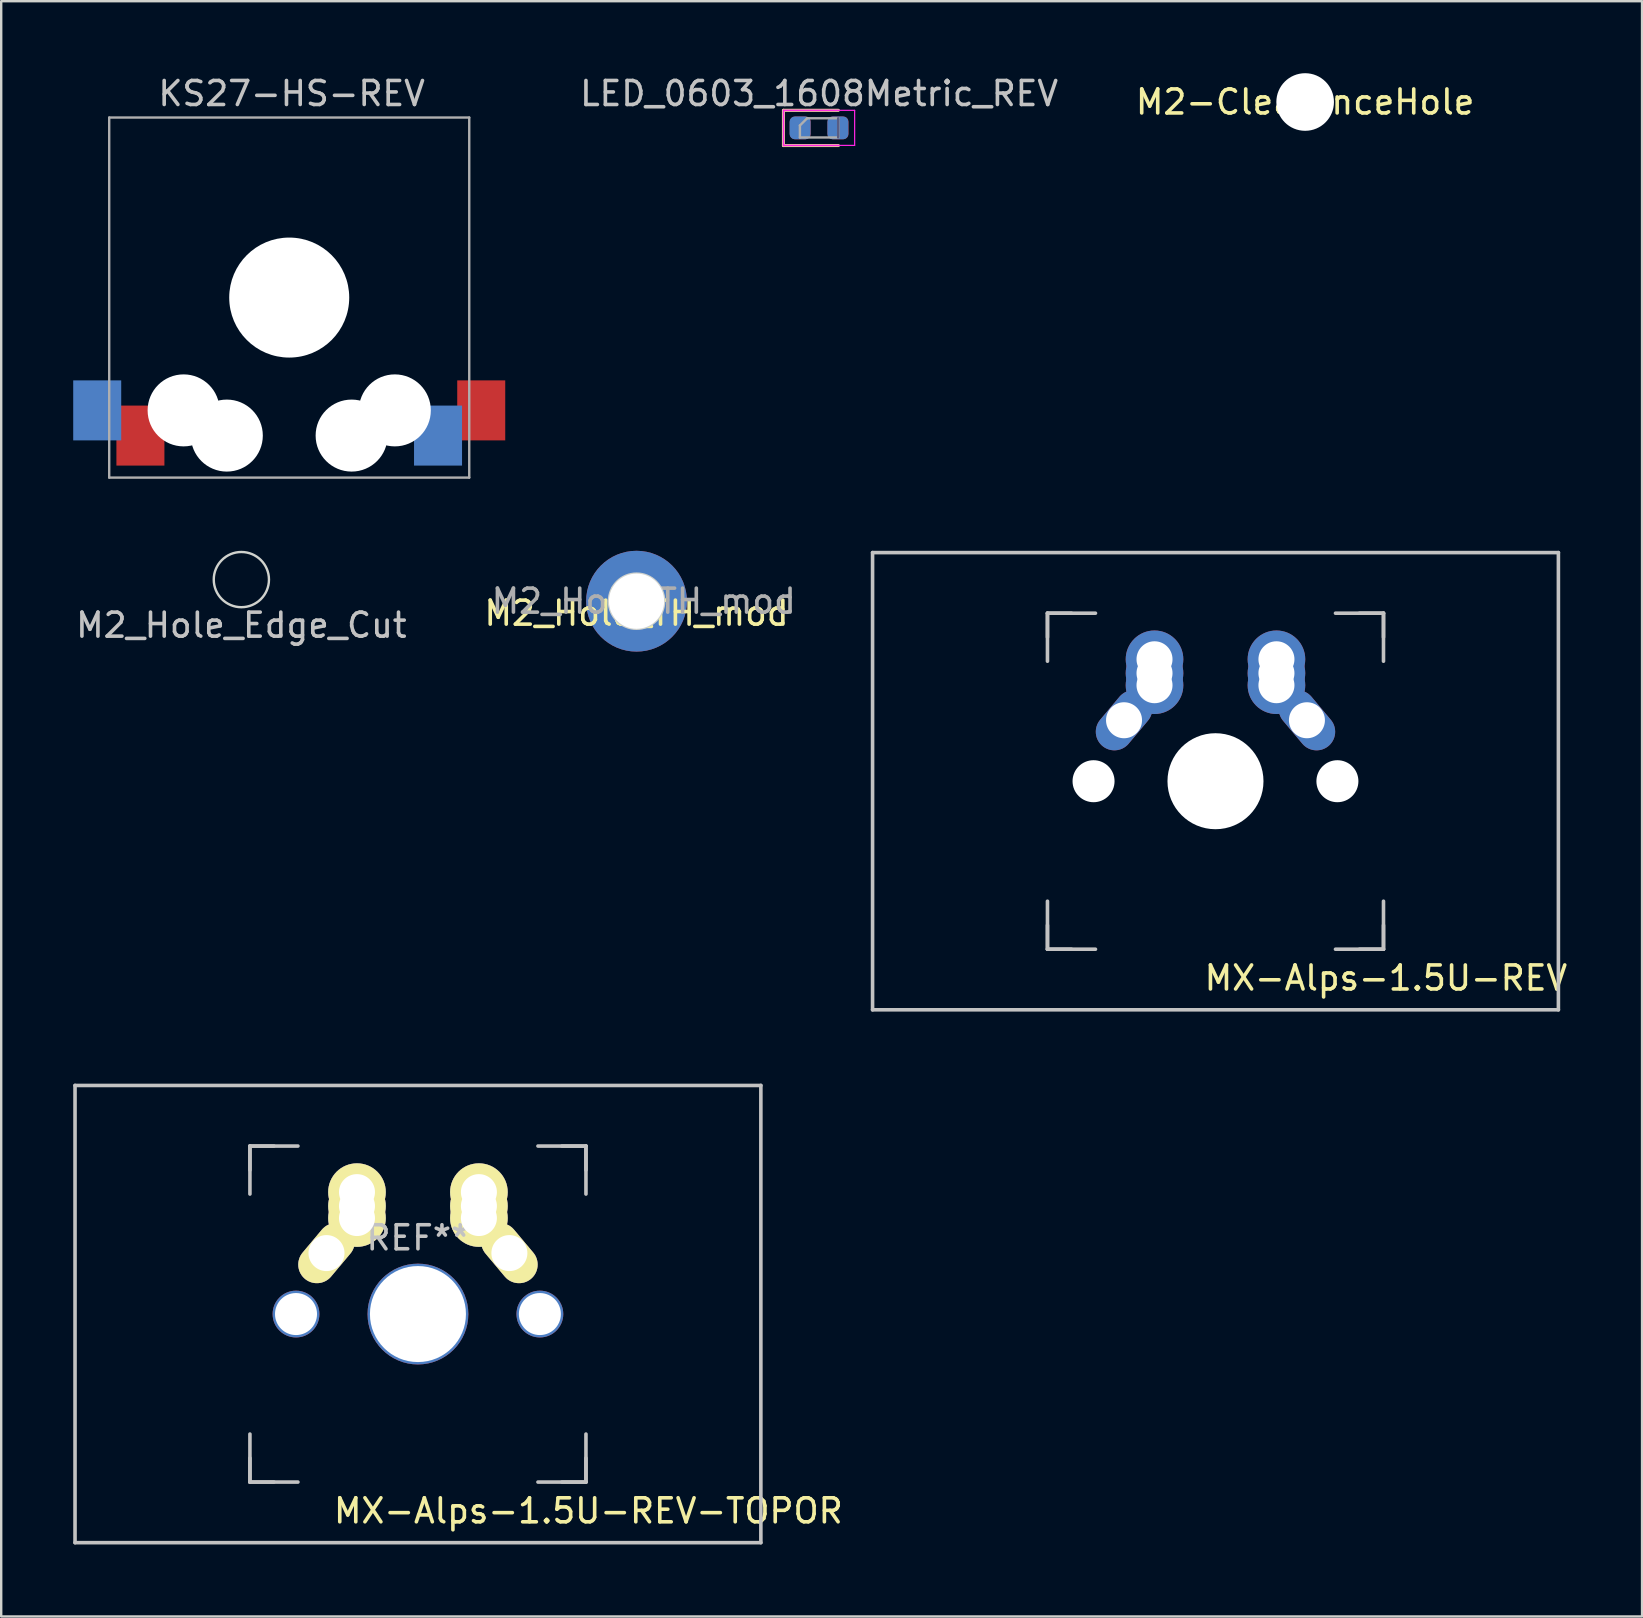
<source format=kicad_pcb>
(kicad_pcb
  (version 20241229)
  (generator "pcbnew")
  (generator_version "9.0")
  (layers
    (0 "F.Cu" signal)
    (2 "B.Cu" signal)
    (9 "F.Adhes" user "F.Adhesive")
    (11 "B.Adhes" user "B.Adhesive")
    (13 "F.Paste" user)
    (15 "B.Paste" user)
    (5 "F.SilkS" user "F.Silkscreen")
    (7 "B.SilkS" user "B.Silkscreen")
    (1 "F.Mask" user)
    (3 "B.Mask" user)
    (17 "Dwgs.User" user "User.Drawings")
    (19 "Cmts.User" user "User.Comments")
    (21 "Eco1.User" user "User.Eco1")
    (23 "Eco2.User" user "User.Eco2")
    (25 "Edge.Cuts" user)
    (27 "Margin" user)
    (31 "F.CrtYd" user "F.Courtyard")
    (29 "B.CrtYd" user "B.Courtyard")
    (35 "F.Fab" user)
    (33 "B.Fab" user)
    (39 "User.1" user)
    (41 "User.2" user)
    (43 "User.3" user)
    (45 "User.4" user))
  (footprint "MX-Alps-1.5U-REV"
    (layer "F.Cu")
    (at 47.591 29.498)
    (property "Reference" "MX-Alps-1.5U-REV" (at 7.1 8.2 0) (layer "F.SilkS") (effects (font (size 1 1) (thickness 0.15))))
    (attr through_hole)
    (fp_line (start -14.287 -9.525) (end 14.287 -9.525) (stroke (width 0.15) (type solid)) (layer "Dwgs.User"))
    (fp_line (start -14.287 9.525) (end -14.287 -9.525) (stroke (width 0.15) (type solid)) (layer "Dwgs.User"))
    (fp_line (start -7 -7) (end -7 -5) (stroke (width 0.15) (type solid)) (layer "Dwgs.User"))
    (fp_line (start -7 -7) (end -6 -7) (stroke (width 0.15) (type solid)) (layer "Dwgs.User"))
    (fp_line (start -7 -6) (end -7 -7) (stroke (width 0.15) (type solid)) (layer "Dwgs.User"))
    (fp_line (start -7 6) (end -7 7) (stroke (width 0.15) (type solid)) (layer "Dwgs.User"))
    (fp_line (start -7 7) (end -7 5) (stroke (width 0.15) (type solid)) (layer "Dwgs.User"))
    (fp_line (start -7 7) (end -6 7) (stroke (width 0.15) (type solid)) (layer "Dwgs.User"))
    (fp_line (start -5 -7) (end -7 -7) (stroke (width 0.15) (type solid)) (layer "Dwgs.User"))
    (fp_line (start -5 7) (end -7 7) (stroke (width 0.15) (type solid)) (layer "Dwgs.User"))
    (fp_line (start 5 7) (end 7 7) (stroke (width 0.15) (type solid)) (layer "Dwgs.User"))
    (fp_line (start 6 7) (end 7 7) (stroke (width 0.15) (type solid)) (layer "Dwgs.User"))
    (fp_line (start 7 -7) (end 5 -7) (stroke (width 0.15) (type solid)) (layer "Dwgs.User"))
    (fp_line (start 7 -7) (end 6 -7) (stroke (width 0.15) (type solid)) (layer "Dwgs.User"))
    (fp_line (start 7 -7) (end 7 -6) (stroke (width 0.15) (type solid)) (layer "Dwgs.User"))
    (fp_line (start 7 -5) (end 7 -7) (stroke (width 0.15) (type solid)) (layer "Dwgs.User"))
    (fp_line (start 7 7) (end 7 5) (stroke (width 0.15) (type solid)) (layer "Dwgs.User"))
    (fp_line (start 7 7) (end 7 6) (stroke (width 0.15) (type solid)) (layer "Dwgs.User"))
    (fp_line (start 14.287 -9.525) (end 14.287 9.525) (stroke (width 0.15) (type solid)) (layer "Dwgs.User"))
    (fp_line (start 14.287 9.525) (end -14.287 9.525) (stroke (width 0.15) (type solid)) (layer "Dwgs.User"))
    (pad "" np_thru_hole circle (at -5.08 0 48.1) (size 1.75 1.75) (drill 1.75) (layers "*.Cu" "*.Mask"))
    (pad "" np_thru_hole circle (at 0 0 270) (size 4 4) (drill 4) (layers "*.Cu" "*.Mask"))
    (pad "" np_thru_hole circle (at 5.08 0 180) (size 1.75 1.75) (drill 1.75) (layers "*.Cu" "*.Mask"))
    (pad "1" thru_hole oval (at -3.81 -2.54 50) (size 2.8 1.55) (drill 1.5) (layers "*.Cu" "*.Mask"))
    (pad "1" thru_hole circle (at -2.54 -5.08) (size 2.4 2.4) (drill 1.5) (layers "*.Cu" "*.Mask"))
    (pad "1" thru_hole circle (at -2.54 -4.5) (size 2.4 2.4) (drill 1.5) (layers "*.Cu" "*.Mask"))
    (pad "1" thru_hole circle (at -2.54 -4) (size 2.4 2.4) (drill 1.5) (layers "*.Cu" "*.Mask"))
    (pad "2" thru_hole circle (at 2.54 -5.08) (size 2.4 2.4) (drill 1.5) (layers "*.Cu" "*.Mask"))
    (pad "2" thru_hole circle (at 2.54 -4.5) (size 2.4 2.4) (drill 1.5) (layers "*.Cu" "*.Mask"))
    (pad "2" thru_hole circle (at 2.54 -4) (size 2.4 2.4) (drill 1.5) (layers "*.Cu" "*.Mask"))
    (pad "2" thru_hole oval (at 3.81 -2.54 310) (size 2.8 1.55) (drill 1.5) (layers "*.Cu" "*.Mask")))
  (footprint "M2-ClearanceHole"
    (layer "F.Cu")
    (at 51.327 1.2)
    (property "Reference" "M2-ClearanceHole" (at 0 0 0) (unlocked yes) (layer "F.SilkS") (effects (font (size 1 1) (thickness 0.15))))
    (pad "" np_thru_hole circle (at 0 0) (size 2.4 2.4) (drill 2.4) (layers "*.Cu" "*.Mask")))
  (footprint "M2_Hole_Edge_Cut"
    (layer "F.Cu")
    (at 7.006 21.098)
    (property "Reference" "M2_Hole_Edge_Cut" (at 0 1.9 0) (layer "Dwgs.User") (effects (font (size 1 1) (thickness 0.15))))
    (fp_circle (center 0 0) (end 1.15 0) (stroke (width 0.1) (type solid)) (fill no) (layer "Edge.Cuts")))
  (footprint "KS27-HS-REV"
    (layer "F.Cu")
    (at 9 9.348)
    (property "Reference" "KS27-HS-REV" (at 0.1 -8.5 0) (unlocked yes) (layer "Dwgs.User") (effects (font (size 1 1) (thickness 0.15))))
    (attr through_hole)
    (fp_line (start -7 -7) (end -7 7) (stroke (width 0.12) (type solid)) (layer "Eco2.User"))
    (fp_line (start -7 7) (end 7 7) (stroke (width 0.12) (type solid)) (layer "Eco2.User"))
    (fp_line (start -3.2 -6.3) (end -3.2 -3.1) (stroke (width 0.12) (type solid)) (layer "Eco2.User"))
    (fp_line (start 1.8 -6.3) (end -3.2 -6.3) (stroke (width 0.12) (type solid)) (layer "Eco2.User"))
    (fp_line (start 1.8 -6.3) (end 1.8 -3.1) (stroke (width 0.12) (type solid)) (layer "Eco2.User"))
    (fp_line (start 1.8 -3.1) (end -3.2 -3.1) (stroke (width 0.12) (type solid)) (layer "Eco2.User"))
    (fp_line (start 7 -7) (end -7 -7) (stroke (width 0.12) (type solid)) (layer "Eco2.User"))
    (fp_line (start 7 7) (end 7 -7) (stroke (width 0.12) (type solid)) (layer "Eco2.User"))
    (fp_line (start -7.5 -7.5) (end -7.5 7.5) (stroke (width 0.1) (type solid)) (layer "F.Fab"))
    (fp_line (start -7.5 7.5) (end 7.5 7.5) (stroke (width 0.1) (type solid)) (layer "F.Fab"))
    (fp_line (start 7.5 -7.5) (end -7.5 -7.5) (stroke (width 0.1) (type solid)) (layer "F.Fab"))
    (fp_line (start 7.5 7.5) (end 7.5 -7.5) (stroke (width 0.1) (type solid)) (layer "F.Fab"))
    (pad "" np_thru_hole circle (at -4.4 4.7) (size 3 3) (drill 3) (layers "*.Cu" "*.Mask"))
    (pad "" np_thru_hole circle (at -2.6 5.75) (size 3 3) (drill 3) (layers "*.Cu" "*.Mask"))
    (pad "" np_thru_hole circle (at 0 0) (size 5 5) (drill 5) (layers "*.Cu" "*.Mask"))
    (pad "" np_thru_hole circle (at 2.6 5.75) (size 3 3) (drill 3) (layers "*.Cu" "*.Mask"))
    (pad "" np_thru_hole circle (at 4.4 4.7) (size 3 3) (drill 3) (layers "*.Cu" "*.Mask"))
    (pad "1" smd rect (at -8 4.7) (size 2 2.5) (layers "B.Cu" "B.Mask" "B.Paste"))
    (pad "1" smd rect (at -6.2 5.75) (size 2 2.5) (layers "F.Cu" "F.Mask" "F.Paste"))
    (pad "2" smd rect (at 6.2 5.75) (size 2 2.5) (layers "B.Cu" "B.Mask" "B.Paste"))
    (pad "2" smd rect (at 8 4.7) (size 2 2.5) (layers "F.Cu" "F.Mask" "F.Paste")))
  (footprint "MX-Alps-1.5U-REV-TOPOR"
    (layer "F.Cu")
    (at 14.363 51.698)
    (property "Reference" "MX-Alps-1.5U-REV-TOPOR" (at 7.1 8.2 180) (layer "F.SilkS") (effects (font (size 1 1) (thickness 0.15))))
    (attr through_hole)
    (fp_line (start -14.287 -9.525) (end 14.287 -9.525) (stroke (width 0.15) (type solid)) (layer "Dwgs.User"))
    (fp_line (start -14.287 9.525) (end -14.287 -9.525) (stroke (width 0.15) (type solid)) (layer "Dwgs.User"))
    (fp_line (start -7 -7) (end -7 -5) (stroke (width 0.15) (type solid)) (layer "Dwgs.User"))
    (fp_line (start -7 -7) (end -6 -7) (stroke (width 0.15) (type solid)) (layer "Dwgs.User"))
    (fp_line (start -7 -6) (end -7 -7) (stroke (width 0.15) (type solid)) (layer "Dwgs.User"))
    (fp_line (start -7 6) (end -7 7) (stroke (width 0.15) (type solid)) (layer "Dwgs.User"))
    (fp_line (start -7 7) (end -7 5) (stroke (width 0.15) (type solid)) (layer "Dwgs.User"))
    (fp_line (start -7 7) (end -6 7) (stroke (width 0.15) (type solid)) (layer "Dwgs.User"))
    (fp_line (start -5 -7) (end -7 -7) (stroke (width 0.15) (type solid)) (layer "Dwgs.User"))
    (fp_line (start -5 7) (end -7 7) (stroke (width 0.15) (type solid)) (layer "Dwgs.User"))
    (fp_line (start 5 7) (end 7 7) (stroke (width 0.15) (type solid)) (layer "Dwgs.User"))
    (fp_line (start 6 7) (end 7 7) (stroke (width 0.15) (type solid)) (layer "Dwgs.User"))
    (fp_line (start 7 -7) (end 5 -7) (stroke (width 0.15) (type solid)) (layer "Dwgs.User"))
    (fp_line (start 7 -7) (end 6 -7) (stroke (width 0.15) (type solid)) (layer "Dwgs.User"))
    (fp_line (start 7 -7) (end 7 -6) (stroke (width 0.15) (type solid)) (layer "Dwgs.User"))
    (fp_line (start 7 -5) (end 7 -7) (stroke (width 0.15) (type solid)) (layer "Dwgs.User"))
    (fp_line (start 7 7) (end 7 5) (stroke (width 0.15) (type solid)) (layer "Dwgs.User"))
    (fp_line (start 7 7) (end 7 6) (stroke (width 0.15) (type solid)) (layer "Dwgs.User"))
    (fp_line (start 14.287 -9.525) (end 14.287 9.525) (stroke (width 0.15) (type solid)) (layer "Dwgs.User"))
    (fp_line (start 14.287 9.525) (end -14.287 9.525) (stroke (width 0.15) (type solid)) (layer "Dwgs.User"))
    (fp_text user "REF**" (at 0 -3.175 180) (layer "Dwgs.User") (effects (font (size 1 1) (thickness 0.15))))
    (pad "" np_thru_hole circle (at -5.08 0 48.1) (size 1.95 1.95) (drill 1.75) (layers "*.Cu" "*.Mask"))
    (pad "" np_thru_hole circle (at 0 0 270) (size 4.2 4.2) (drill 4) (layers "*.Cu" "*.Mask"))
    (pad "" np_thru_hole circle (at 5.08 0 180) (size 1.95 1.95) (drill 1.75) (layers "*.Cu" "*.Mask"))
    (pad "1" thru_hole circle (at 2.54 -5.08) (size 2.4 2.4) (drill 1.5) (layers "*.Cu" "*.Mask" "F.SilkS"))
    (pad "1" thru_hole circle (at 2.54 -4.5) (size 2.4 2.4) (drill 1.5) (layers "*.Cu" "*.Mask" "F.SilkS"))
    (pad "1" thru_hole circle (at 2.54 -4) (size 2.4 2.4) (drill 1.5) (layers "*.Cu" "*.Mask" "F.SilkS"))
    (pad "1" thru_hole oval (at 3.81 -2.54 310) (size 2.8 1.55) (drill 1.5) (layers "*.Cu" "*.Mask" "F.SilkS"))
    (pad "2" thru_hole oval (at -3.81 -2.54 50) (size 2.8 1.55) (drill 1.5) (layers "*.Cu" "*.Mask" "F.SilkS"))
    (pad "2" thru_hole circle (at -2.54 -5.08) (size 2.4 2.4) (drill 1.5) (layers "*.Cu" "*.Mask" "F.SilkS"))
    (pad "2" thru_hole circle (at -2.54 -4.5) (size 2.4 2.4) (drill 1.5) (layers "*.Cu" "*.Mask" "F.SilkS"))
    (pad "2" thru_hole circle (at -2.54 -4) (size 2.4 2.4) (drill 1.5) (layers "*.Cu" "*.Mask" "F.SilkS")))
  (footprint "LED_0603_1608Metric_REV"
    (layer "F.Cu")
    (at 31.077 2.278)
    (property "Reference" "LED_0603_1608Metric_REV" (at 0 -1.43 0) (layer "Dwgs.User") (effects (font (size 1 1) (thickness 0.15))))
    (attr smd)
    (fp_line (start -1.485 -0.735) (end -1.485 0.735) (stroke (width 0.12) (type solid)) (layer "F.SilkS"))
    (fp_line (start -1.485 0.735) (end 0.8 0.735) (stroke (width 0.12) (type solid)) (layer "F.SilkS"))
    (fp_line (start 0.8 -0.735) (end -1.485 -0.735) (stroke (width 0.12) (type solid)) (layer "F.SilkS"))
    (fp_line (start -1.49 -0.73) (end 0.795 -0.73) (stroke (width 0.12) (type solid)) (layer "B.SilkS"))
    (fp_line (start -1.49 0.74) (end -1.49 -0.73) (stroke (width 0.12) (type solid)) (layer "B.SilkS"))
    (fp_line (start 0.795 0.74) (end -1.49 0.74) (stroke (width 0.12) (type solid)) (layer "B.SilkS"))
    (fp_line (start -1.48 -0.73) (end 1.48 -0.73) (stroke (width 0.05) (type solid)) (layer "F.CrtYd"))
    (fp_line (start -1.48 0.73) (end -1.48 -0.73) (stroke (width 0.05) (type solid)) (layer "F.CrtYd"))
    (fp_line (start 1.48 -0.73) (end 1.48 0.73) (stroke (width 0.05) (type solid)) (layer "F.CrtYd"))
    (fp_line (start 1.48 0.73) (end -1.48 0.73) (stroke (width 0.05) (type solid)) (layer "F.CrtYd"))
    (fp_line (start 0.794 -0.4) (end 0.794 0.4) (stroke (width 0.1) (type solid)) (layer "B.Fab"))
    (fp_line (start -0.8 -0.1) (end -0.8 0.4) (stroke (width 0.1) (type solid)) (layer "F.Fab"))
    (fp_line (start -0.8 0.4) (end 0.8 0.4) (stroke (width 0.1) (type solid)) (layer "F.Fab"))
    (fp_line (start -0.5 -0.4) (end -0.8 -0.1) (stroke (width 0.1) (type solid)) (layer "F.Fab"))
    (fp_line (start 0.8 -0.4) (end -0.5 -0.4) (stroke (width 0.1) (type solid)) (layer "F.Fab"))
    (fp_line (start 0.8 0.4) (end 0.8 -0.4) (stroke (width 0.1) (type solid)) (layer "F.Fab"))
    (pad "1" smd roundrect (at -0.793 0 180) (size 0.875 0.95) (layers "B.Cu" "B.Mask" "B.Paste") (roundrect_rratio 0.25))
    (pad "1" smd roundrect (at -0.787 0) (size 0.875 0.95) (layers "F.Cu" "F.Mask" "F.Paste") (roundrect_rratio 0.25))
    (pad "2" smd roundrect (at 0.782 0 180) (size 0.875 0.95) (layers "B.Cu" "B.Mask" "B.Paste") (roundrect_rratio 0.25))
    (pad "2" smd roundrect (at 0.787 0) (size 0.875 0.95) (layers "F.Cu" "F.Mask" "F.Paste") (roundrect_rratio 0.25)))
  (footprint "M2_Hole_TH_mod"
    (layer "F.Cu")
    (at 23.47 21.998)
    (property "Reference" "M2_Hole_TH_mod" (at 0 0.5 0) (layer "F.SilkS") (effects (font (size 1 1) (thickness 0.15))))
    (fp_circle (center 0 0) (end 1.15 0) (stroke (width 0.1) (type solid)) (fill no) (layer "Edge.Cuts"))
    (fp_text user "${REFERENCE}" (at 0.3 0 0) (layer "F.Fab") (effects (font (size 1 1) (thickness 0.15))))
    (pad "" thru_hole circle (at 0 0) (size 4.2 4.2) (drill 2.3) (layers "*.Cu" "*.Mask")))
  (gr_rect
    (start -3 -3)
    (end 65.364 64.298)
    (stroke (width 0.1) (type default))
    (fill no)
    (layer "Edge.Cuts")))
</source>
